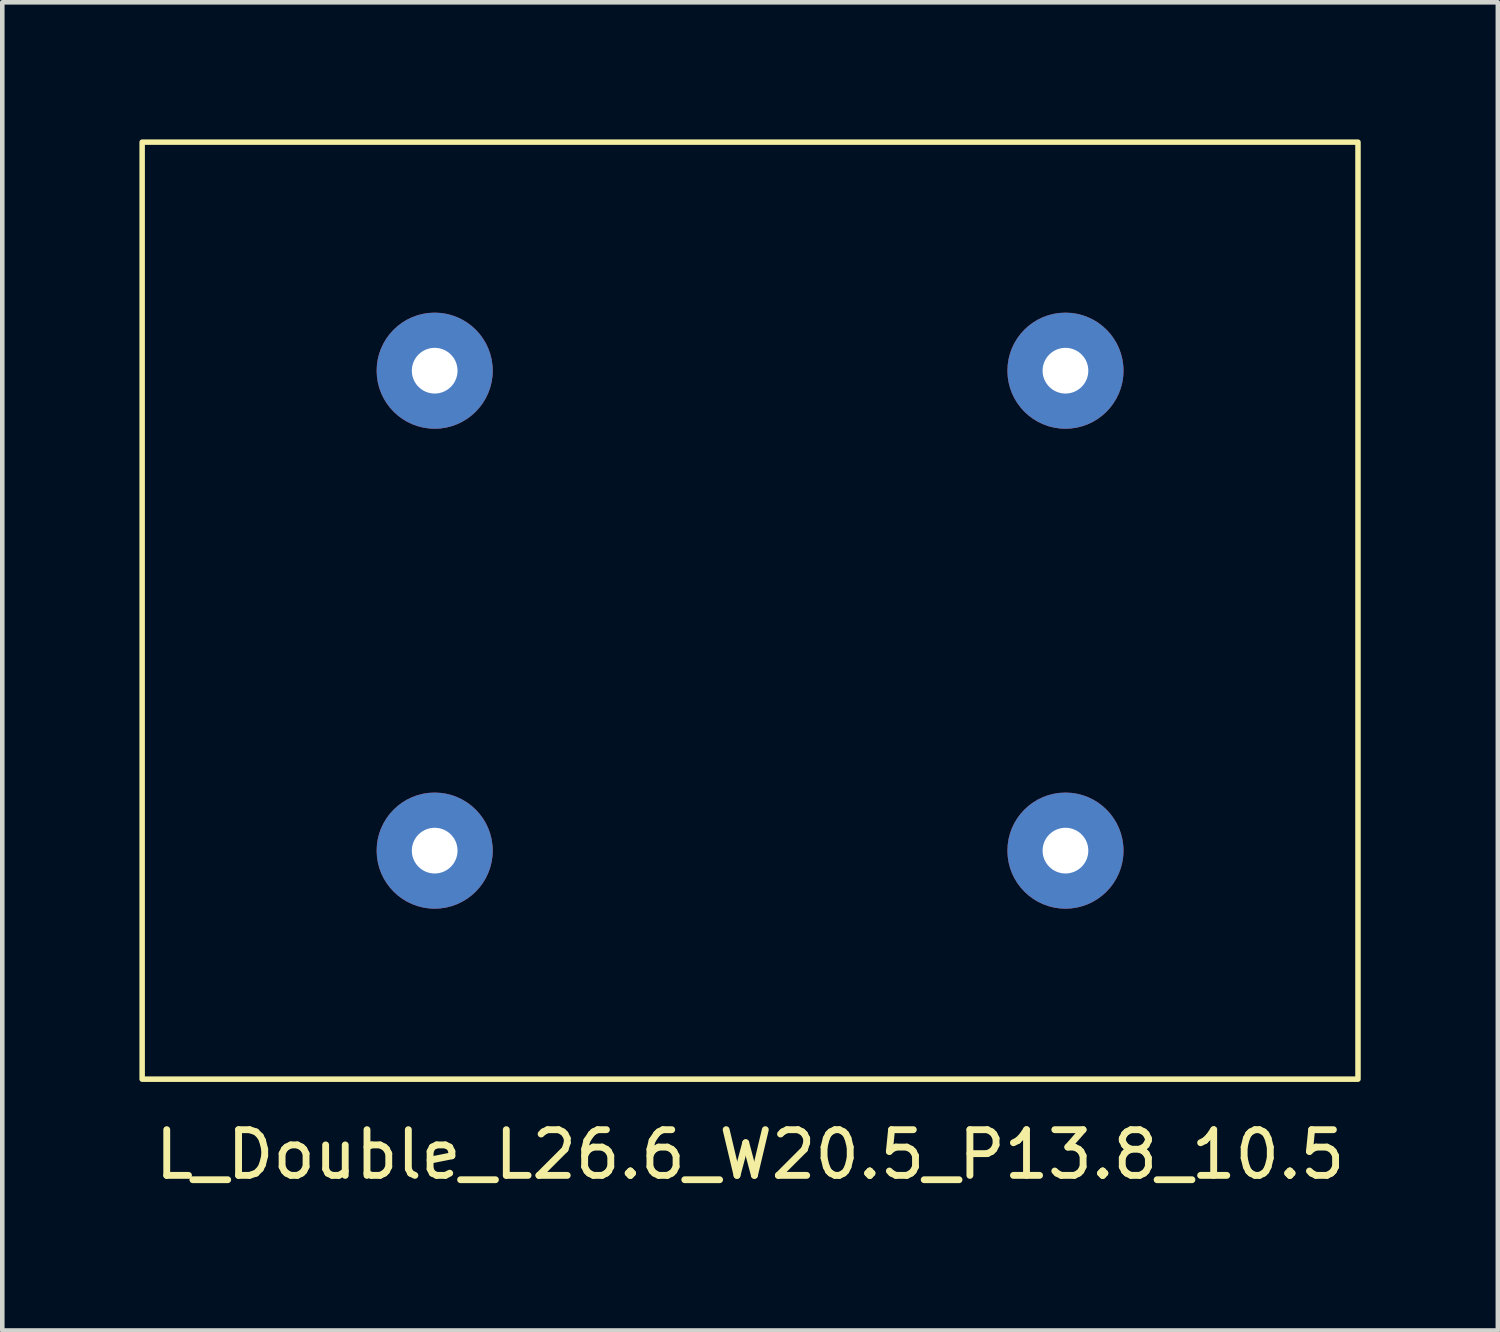
<source format=kicad_pcb>
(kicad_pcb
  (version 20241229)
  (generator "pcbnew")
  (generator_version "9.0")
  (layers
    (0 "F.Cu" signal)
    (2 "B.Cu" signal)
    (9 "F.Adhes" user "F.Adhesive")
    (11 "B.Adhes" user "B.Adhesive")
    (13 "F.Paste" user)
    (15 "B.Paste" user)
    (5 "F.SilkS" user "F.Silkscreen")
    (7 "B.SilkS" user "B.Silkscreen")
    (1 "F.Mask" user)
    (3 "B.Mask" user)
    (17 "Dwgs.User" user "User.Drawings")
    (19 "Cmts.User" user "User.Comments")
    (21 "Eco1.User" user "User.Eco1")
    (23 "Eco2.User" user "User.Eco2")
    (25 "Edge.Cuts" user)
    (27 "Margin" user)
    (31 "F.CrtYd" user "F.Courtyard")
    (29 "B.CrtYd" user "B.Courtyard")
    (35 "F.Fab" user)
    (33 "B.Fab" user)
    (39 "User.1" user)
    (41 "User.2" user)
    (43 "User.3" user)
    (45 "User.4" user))
  (footprint "L_Double_L26.6_W20.5_P13.8_10.5"
    (layer "F.Cu")
    (at 13.36 10.31)
    (property "Reference" "L_Double_L26.6_W20.5_P13.8_10.5" (at 0 11.9 0) (unlocked yes) (layer "F.SilkS") (effects (font (size 1 1) (thickness 0.15))))
    (attr through_hole)
    (fp_rect (start -13.3 -10.25) (end 13.3 10.25) (stroke (width 0.12) (type default)) (fill no) (layer "F.SilkS"))
    (pad "1" thru_hole circle (at -6.9 5.25) (size 2.54 2.54) (drill 1) (layers "*.Cu" "*.Mask"))
    (pad "2" thru_hole circle (at -6.9 -5.25) (size 2.54 2.54) (drill 1) (layers "*.Cu" "*.Mask"))
    (pad "3" thru_hole circle (at 6.9 5.25) (size 2.54 2.54) (drill 1) (layers "*.Cu" "*.Mask"))
    (pad "4" thru_hole circle (at 6.9 -5.25) (size 2.54 2.54) (drill 1) (layers "*.Cu" "*.Mask")))
  (gr_rect
    (start -3 -3)
    (end 29.72 26.058)
    (stroke (width 0.1) (type default))
    (fill no)
    (layer "Edge.Cuts")))
</source>
